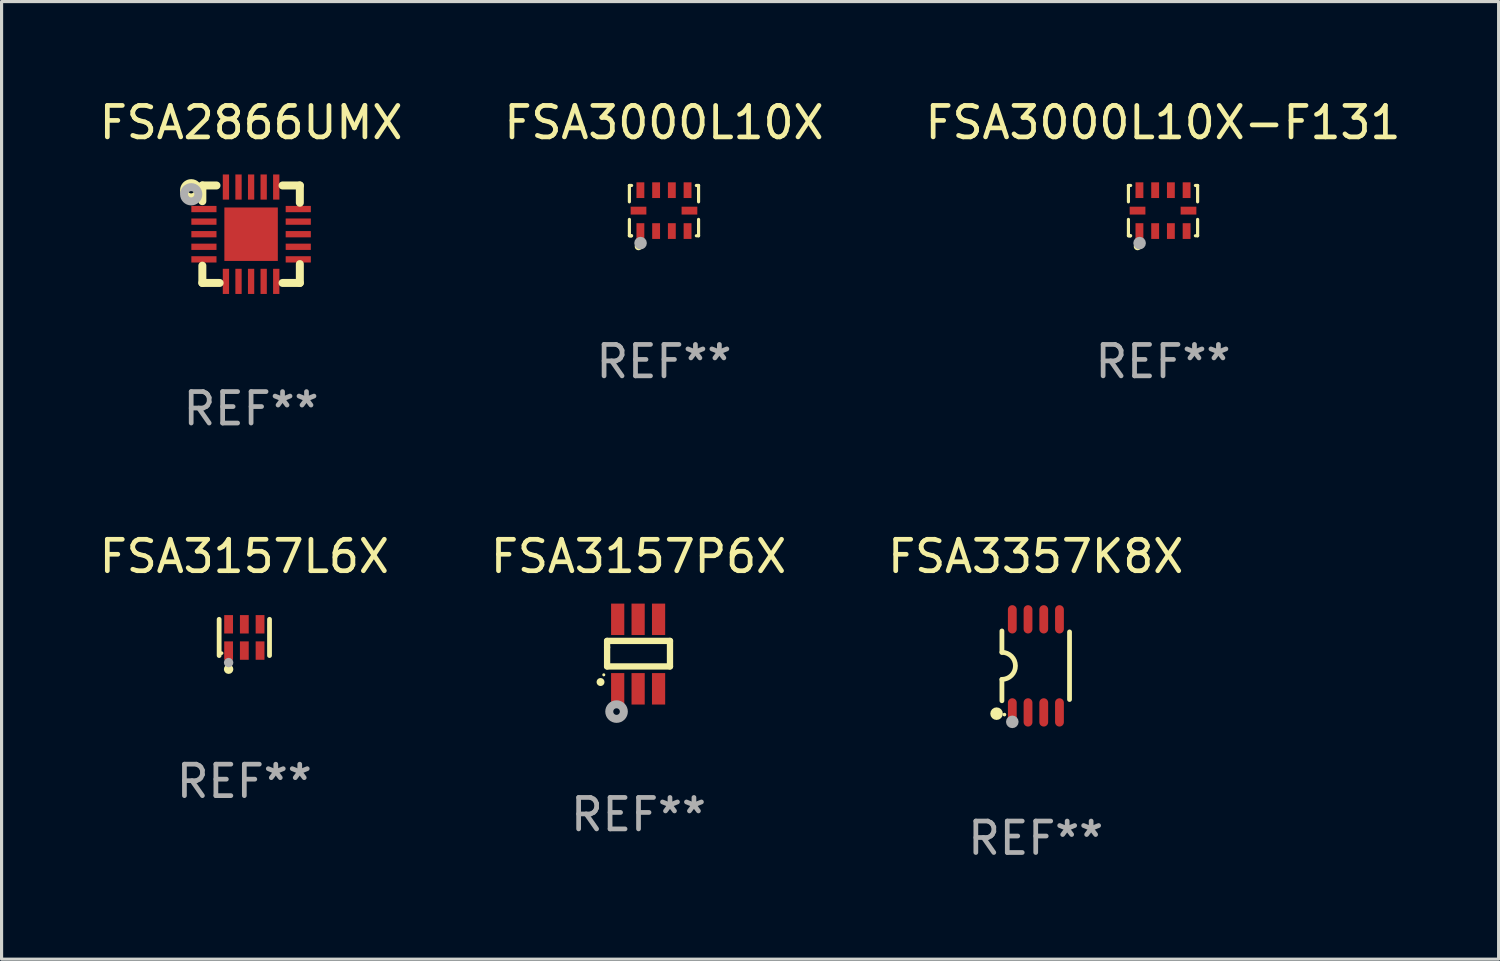
<source format=kicad_pcb>
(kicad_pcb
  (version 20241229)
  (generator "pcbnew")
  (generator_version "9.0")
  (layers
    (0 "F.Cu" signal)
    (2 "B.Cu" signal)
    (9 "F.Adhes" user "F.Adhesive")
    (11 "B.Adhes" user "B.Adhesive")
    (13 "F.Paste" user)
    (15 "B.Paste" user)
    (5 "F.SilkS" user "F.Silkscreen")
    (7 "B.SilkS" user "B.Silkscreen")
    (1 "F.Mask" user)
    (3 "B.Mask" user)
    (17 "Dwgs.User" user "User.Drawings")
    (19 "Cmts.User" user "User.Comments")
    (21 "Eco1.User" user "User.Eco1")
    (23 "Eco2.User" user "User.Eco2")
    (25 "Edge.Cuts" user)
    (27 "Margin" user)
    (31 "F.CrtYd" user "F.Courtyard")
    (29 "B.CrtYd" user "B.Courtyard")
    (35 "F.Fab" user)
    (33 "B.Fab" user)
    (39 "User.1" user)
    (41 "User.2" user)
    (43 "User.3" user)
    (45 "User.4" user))
  (footprint "FSA3157P6X"
    (layer "F.Cu")
    (at 17.256 17.75)
    (property "Reference" "FSA3157P6X" (at 0 -3.105 0) (layer "F.SilkS") (effects (font (size 1 1) (thickness 0.15))))
    (attr through_hole)
    (fp_line (start -1 -0.419) (end -1 -0.213) (stroke (width 0.2) (type solid)) (layer "F.SilkS"))
    (fp_line (start -1 -0.213) (end -1 0.393) (stroke (width 0.2) (type solid)) (layer "F.SilkS"))
    (fp_line (start -1 0.393) (end 1 0.393) (stroke (width 0.2) (type solid)) (layer "F.SilkS"))
    (fp_line (start 1 -0.419) (end -1 -0.419) (stroke (width 0.2) (type solid)) (layer "F.SilkS"))
    (fp_line (start 1 0.393) (end 1 -0.419) (stroke (width 0.2) (type solid)) (layer "F.SilkS"))
    (fp_arc (start -1.208509 0.890272) (mid -1.208515 0.889002) (end -1.208509 0.887732) (stroke (width 0.25) (type solid)) (layer "F.SilkS"))
    (fp_circle (center -1.105 0.66) (end -1.08 0.66) (stroke (width 0.05) (type solid)) (fill no) (layer "F.SilkS"))
    (fp_circle (center -0.699 1.829) (end -0.594 1.829) (stroke (width 0.254) (type solid)) (fill no) (layer "F.Fab"))
    (fp_text user "REF**" (at 0 5.105 0) (layer "F.Fab") (effects (font (size 1 1) (thickness 0.15))))
    (pad "1" smd rect (at -0.663 1.105) (size 0.42 1) (layers "F.Cu" "F.Mask" "F.Paste"))
    (pad "2" smd rect (at -0.013 1.105) (size 0.42 1) (layers "F.Cu" "F.Mask" "F.Paste"))
    (pad "3" smd rect (at 0.637 1.105) (size 0.42 1) (layers "F.Cu" "F.Mask" "F.Paste"))
    (pad "4" smd rect (at 0.637 -1.105 180) (size 0.42 1) (layers "F.Cu" "F.Mask" "F.Paste"))
    (pad "5" smd rect (at -0.013 -1.105 180) (size 0.42 1) (layers "F.Cu" "F.Mask" "F.Paste"))
    (pad "6" smd rect (at -0.663 -1.105 180) (size 0.42 1) (layers "F.Cu" "F.Mask" "F.Paste")))
  (footprint "FSA3000L10X"
    (layer "F.Cu")
    (at 18.065 3.648)
    (property "Reference" "FSA3000L10X" (at 0 -2.8 0) (layer "F.SilkS") (effects (font (size 1 1) (thickness 0.15))))
    (attr through_hole)
    (fp_line (start -1.1 -0.8) (end -1.1 -0.279) (stroke (width 0.1) (type solid)) (layer "F.SilkS"))
    (fp_line (start -1.1 0.279) (end -1.1 0.8) (stroke (width 0.1) (type solid)) (layer "F.SilkS"))
    (fp_line (start -1.1 0.8) (end -1.029 0.8) (stroke (width 0.1) (type solid)) (layer "F.SilkS"))
    (fp_line (start -1.029 -0.8) (end -1.1 -0.8) (stroke (width 0.1) (type solid)) (layer "F.SilkS"))
    (fp_line (start 1.029 0.8) (end 1.1 0.8) (stroke (width 0.1) (type solid)) (layer "F.SilkS"))
    (fp_line (start 1.1 -0.8) (end 1.029 -0.8) (stroke (width 0.1) (type solid)) (layer "F.SilkS"))
    (fp_line (start 1.1 -0.8) (end 1.1 -0.279) (stroke (width 0.1) (type solid)) (layer "F.SilkS"))
    (fp_line (start 1.1 0.279) (end 1.1 0.8) (stroke (width 0.1) (type solid)) (layer "F.SilkS"))
    (fp_circle (center -1.05 0.8) (end -1.02 0.8) (stroke (width 0.06) (type solid)) (fill no) (layer "F.SilkS"))
    (fp_circle (center -0.81 1.14) (end -0.739 1.14) (stroke (width 0.1) (type solid)) (fill no) (layer "F.SilkS"))
    (fp_circle (center -0.745 1.033) (end -0.645 1.033) (stroke (width 0.2) (type solid)) (fill no) (layer "F.Fab"))
    (fp_text user "REF**" (at 0 4.8 0) (layer "F.Fab") (effects (font (size 1 1) (thickness 0.15))))
    (pad "1" smd rect (at -0.75 0.65) (size 0.25 0.5) (layers "F.Cu" "F.Mask" "F.Paste"))
    (pad "2" smd rect (at -0.25 0.65) (size 0.25 0.5) (layers "F.Cu" "F.Mask" "F.Paste"))
    (pad "3" smd rect (at 0.25 0.65) (size 0.25 0.5) (layers "F.Cu" "F.Mask" "F.Paste"))
    (pad "4" smd rect (at 0.75 0.65) (size 0.25 0.5) (layers "F.Cu" "F.Mask" "F.Paste"))
    (pad "5" smd rect (at 0.81 0.000013 90) (size 0.25 0.5) (layers "F.Cu" "F.Mask" "F.Paste"))
    (pad "6" smd rect (at 0.75 -0.65) (size 0.25 0.5) (layers "F.Cu" "F.Mask" "F.Paste"))
    (pad "7" smd rect (at 0.25 -0.65) (size 0.25 0.5) (layers "F.Cu" "F.Mask" "F.Paste"))
    (pad "8" smd rect (at -0.25 -0.65) (size 0.25 0.5) (layers "F.Cu" "F.Mask" "F.Paste"))
    (pad "9" smd rect (at -0.75 -0.65) (size 0.25 0.5) (layers "F.Cu" "F.Mask" "F.Paste"))
    (pad "10" smd rect (at -0.81 0.000013 90) (size 0.25 0.5) (layers "F.Cu" "F.Mask" "F.Paste")))
  (footprint "FSA3157L6X"
    (layer "F.Cu")
    (at 4.72 17.221)
    (property "Reference" "FSA3157L6X" (at 0 -2.576 0) (layer "F.SilkS") (effects (font (size 1 1) (thickness 0.15))))
    (attr through_hole)
    (fp_line (start -0.801 0.576) (end -0.801 -0.576) (stroke (width 0.152) (type solid)) (layer "F.SilkS"))
    (fp_line (start 0.801 0.576) (end 0.801 -0.576) (stroke (width 0.152) (type solid)) (layer "F.SilkS"))
    (fp_circle (center -0.725 0.5) (end -0.695 0.5) (stroke (width 0.06) (type solid)) (fill no) (layer "F.SilkS"))
    (fp_circle (center -0.5 1.01) (end -0.425 1.01) (stroke (width 0.15) (type solid)) (fill no) (layer "F.SilkS"))
    (fp_circle (center -0.5 0.8) (end -0.425 0.8) (stroke (width 0.15) (type solid)) (fill no) (layer "F.Fab"))
    (fp_text user "REF**" (at 0 4.576 0) (layer "F.Fab") (effects (font (size 1 1) (thickness 0.15))))
    (pad "1" smd rect (at -0.5 0.418) (size 0.28 0.585) (layers "F.Cu" "F.Mask" "F.Paste"))
    (pad "2" smd rect (at 0 0.418) (size 0.28 0.585) (layers "F.Cu" "F.Mask" "F.Paste"))
    (pad "3" smd rect (at 0.5 0.418) (size 0.28 0.585) (layers "F.Cu" "F.Mask" "F.Paste"))
    (pad "4" smd rect (at 0.5 -0.418) (size 0.28 0.585) (layers "F.Cu" "F.Mask" "F.Paste"))
    (pad "5" smd rect (at 0 -0.418) (size 0.28 0.585) (layers "F.Cu" "F.Mask" "F.Paste"))
    (pad "6" smd rect (at -0.5 -0.418) (size 0.28 0.585) (layers "F.Cu" "F.Mask" "F.Paste")))
  (footprint "FSA3357K8X"
    (layer "F.Cu")
    (at 29.887 18.125)
    (property "Reference" "FSA3357K8X" (at 0 -3.48 0) (layer "F.SilkS") (effects (font (size 1 1) (thickness 0.15))))
    (attr through_hole)
    (fp_line (start -1.075 -1.11) (end -1.075 -0.43) (stroke (width 0.152) (type solid)) (layer "F.SilkS"))
    (fp_line (start -1.075 1.11) (end -1.075 0.43) (stroke (width 0.152) (type solid)) (layer "F.SilkS"))
    (fp_line (start 1.075 -1.08) (end 1.075 1.07) (stroke (width 0.152) (type solid)) (layer "F.SilkS"))
    (fp_arc (start -1.075272 -0.430531) (mid -0.645021 -0.000431) (end -1.074994 0.429947) (stroke (width 0.151994) (type solid)) (layer "F.SilkS"))
    (fp_circle (center -1.245 1.52) (end -1.145 1.52) (stroke (width 0.2) (type solid)) (fill no) (layer "F.SilkS"))
    (fp_circle (center -0.995 1.55) (end -0.965 1.55) (stroke (width 0.06) (type solid)) (fill no) (layer "F.SilkS"))
    (fp_circle (center -0.745 1.78) (end -0.645 1.78) (stroke (width 0.2) (type solid)) (fill no) (layer "F.Fab"))
    (fp_text user "REF**" (at 0 5.48 0) (layer "F.Fab") (effects (font (size 1 1) (thickness 0.15))))
    (pad "1" smd oval (at -0.745 1.48) (size 0.28 0.9) (layers "F.Cu" "F.Mask" "F.Paste"))
    (pad "2" smd oval (at -0.245 1.48) (size 0.28 0.9) (layers "F.Cu" "F.Mask" "F.Paste"))
    (pad "3" smd oval (at 0.255 1.48) (size 0.28 0.9) (layers "F.Cu" "F.Mask" "F.Paste"))
    (pad "4" smd oval (at 0.755 1.48) (size 0.28 0.9) (layers "F.Cu" "F.Mask" "F.Paste"))
    (pad "5" smd oval (at 0.755 -1.48) (size 0.28 0.9) (layers "F.Cu" "F.Mask" "F.Paste"))
    (pad "6" smd oval (at 0.255 -1.48) (size 0.28 0.9) (layers "F.Cu" "F.Mask" "F.Paste"))
    (pad "7" smd oval (at -0.245 -1.48) (size 0.28 0.9) (layers "F.Cu" "F.Mask" "F.Paste"))
    (pad "8" smd oval (at -0.745 -1.48) (size 0.28 0.9) (layers "F.Cu" "F.Mask" "F.Paste")))
  (footprint "FSA2866UMX"
    (layer "F.Cu")
    (at 4.935 4.398)
    (property "Reference" "FSA2866UMX" (at 0 -3.55 0) (layer "F.SilkS") (effects (font (size 1 1) (thickness 0.15))))
    (attr through_hole)
    (fp_line (start -1.55 -1.55) (end -1.55 -1.05) (stroke (width 0.254) (type solid)) (layer "F.SilkS"))
    (fp_line (start -1.55 1.55) (end -1.55 1) (stroke (width 0.254) (type solid)) (layer "F.SilkS"))
    (fp_line (start -1.1 -1.55) (end -1.55 -1.55) (stroke (width 0.254) (type solid)) (layer "F.SilkS"))
    (fp_line (start -1 1.55) (end -1.55 1.55) (stroke (width 0.254) (type solid)) (layer "F.SilkS"))
    (fp_line (start 1 -1.55) (end 1.55 -1.55) (stroke (width 0.254) (type solid)) (layer "F.SilkS"))
    (fp_line (start 1.55 -1.55) (end 1.55 -1) (stroke (width 0.254) (type solid)) (layer "F.SilkS"))
    (fp_line (start 1.55 0.95) (end 1.55 1.55) (stroke (width 0.254) (type solid)) (layer "F.SilkS"))
    (fp_line (start 1.55 1.55) (end 1 1.55) (stroke (width 0.254) (type solid)) (layer "F.SilkS"))
    (fp_circle (center -1.905 -1.397) (end -1.805 -1.397) (stroke (width 0.254) (type solid)) (fill no) (layer "F.SilkS"))
    (fp_circle (center -1.5 -1.5) (end -1.45 -1.5) (stroke (width 0.1) (type solid)) (fill no) (layer "F.SilkS"))
    (fp_circle (center -1.905 -1.27) (end -1.805 -1.27) (stroke (width 0.254) (type solid)) (fill no) (layer "F.Fab"))
    (fp_text user "REF**" (at 0 5.55 0) (layer "F.Fab") (effects (font (size 1 1) (thickness 0.15))))
    (pad "1" smd rect (at -1.5 -0.8 90) (size 0.2 0.8) (layers "F.Cu" "F.Mask" "F.Paste"))
    (pad "2" smd rect (at -1.5 -0.4 90) (size 0.2 0.8) (layers "F.Cu" "F.Mask" "F.Paste"))
    (pad "3" smd rect (at -1.5 0 90) (size 0.2 0.8) (layers "F.Cu" "F.Mask" "F.Paste"))
    (pad "4" smd rect (at -1.5 0.4 90) (size 0.2 0.8) (layers "F.Cu" "F.Mask" "F.Paste"))
    (pad "5" smd rect (at -1.5 0.8 90) (size 0.2 0.8) (layers "F.Cu" "F.Mask" "F.Paste"))
    (pad "6" smd rect (at -0.8 1.5) (size 0.2 0.8) (layers "F.Cu" "F.Mask" "F.Paste"))
    (pad "7" smd rect (at -0.4 1.5) (size 0.2 0.8) (layers "F.Cu" "F.Mask" "F.Paste"))
    (pad "8" smd rect (at 0 1.5) (size 0.2 0.8) (layers "F.Cu" "F.Mask" "F.Paste"))
    (pad "9" smd rect (at 0.4 1.5) (size 0.2 0.8) (layers "F.Cu" "F.Mask" "F.Paste"))
    (pad "10" smd rect (at 0.8 1.5) (size 0.2 0.8) (layers "F.Cu" "F.Mask" "F.Paste"))
    (pad "11" smd rect (at 1.5 0.8 90) (size 0.2 0.8) (layers "F.Cu" "F.Mask" "F.Paste"))
    (pad "12" smd rect (at 1.5 0.4 90) (size 0.2 0.8) (layers "F.Cu" "F.Mask" "F.Paste"))
    (pad "13" smd rect (at 1.5 0 90) (size 0.2 0.8) (layers "F.Cu" "F.Mask" "F.Paste"))
    (pad "14" smd rect (at 1.5 -0.4 90) (size 0.2 0.8) (layers "F.Cu" "F.Mask" "F.Paste"))
    (pad "15" smd rect (at 1.5 -0.8 90) (size 0.2 0.8) (layers "F.Cu" "F.Mask" "F.Paste"))
    (pad "16" smd rect (at 0.8 -1.5 180) (size 0.2 0.8) (layers "F.Cu" "F.Mask" "F.Paste"))
    (pad "17" smd rect (at 0.4 -1.5 180) (size 0.2 0.8) (layers "F.Cu" "F.Mask" "F.Paste"))
    (pad "18" smd rect (at 0.000254 -1.5 180) (size 0.2 0.8) (layers "F.Cu" "F.Mask" "F.Paste"))
    (pad "19" smd rect (at -0.4 -1.5 180) (size 0.2 0.8) (layers "F.Cu" "F.Mask" "F.Paste"))
    (pad "20" smd rect (at -0.8 -1.5 180) (size 0.2 0.8) (layers "F.Cu" "F.Mask" "F.Paste"))
    (pad "21" smd rect (at 0 0 180) (size 1.7 1.7) (layers "F.Cu" "F.Mask" "F.Paste")))
  (footprint "FSA3000L10X-F131"
    (layer "F.Cu")
    (at 33.935 3.648)
    (property "Reference" "FSA3000L10X-F131" (at 0 -2.8 0) (layer "F.SilkS") (effects (font (size 1 1) (thickness 0.15))))
    (attr through_hole)
    (fp_line (start -1.1 -0.8) (end -1.1 -0.279) (stroke (width 0.1) (type solid)) (layer "F.SilkS"))
    (fp_line (start -1.1 0.279) (end -1.1 0.8) (stroke (width 0.1) (type solid)) (layer "F.SilkS"))
    (fp_line (start -1.1 0.8) (end -1.029 0.8) (stroke (width 0.1) (type solid)) (layer "F.SilkS"))
    (fp_line (start -1.029 -0.8) (end -1.1 -0.8) (stroke (width 0.1) (type solid)) (layer "F.SilkS"))
    (fp_line (start 1.029 0.8) (end 1.1 0.8) (stroke (width 0.1) (type solid)) (layer "F.SilkS"))
    (fp_line (start 1.1 -0.8) (end 1.029 -0.8) (stroke (width 0.1) (type solid)) (layer "F.SilkS"))
    (fp_line (start 1.1 -0.8) (end 1.1 -0.279) (stroke (width 0.1) (type solid)) (layer "F.SilkS"))
    (fp_line (start 1.1 0.279) (end 1.1 0.8) (stroke (width 0.1) (type solid)) (layer "F.SilkS"))
    (fp_circle (center -1.05 0.8) (end -1.02 0.8) (stroke (width 0.06) (type solid)) (fill no) (layer "F.SilkS"))
    (fp_circle (center -0.81 1.14) (end -0.739 1.14) (stroke (width 0.1) (type solid)) (fill no) (layer "F.SilkS"))
    (fp_circle (center -0.745 1.033) (end -0.645 1.033) (stroke (width 0.2) (type solid)) (fill no) (layer "F.Fab"))
    (fp_text user "REF**" (at 0 4.8 0) (layer "F.Fab") (effects (font (size 1 1) (thickness 0.15))))
    (pad "1" smd rect (at -0.75 0.65) (size 0.25 0.5) (layers "F.Cu" "F.Mask" "F.Paste"))
    (pad "2" smd rect (at -0.25 0.65) (size 0.25 0.5) (layers "F.Cu" "F.Mask" "F.Paste"))
    (pad "3" smd rect (at 0.25 0.65) (size 0.25 0.5) (layers "F.Cu" "F.Mask" "F.Paste"))
    (pad "4" smd rect (at 0.75 0.65) (size 0.25 0.5) (layers "F.Cu" "F.Mask" "F.Paste"))
    (pad "5" smd rect (at 0.81 0.000013 90) (size 0.25 0.5) (layers "F.Cu" "F.Mask" "F.Paste"))
    (pad "6" smd rect (at 0.75 -0.65) (size 0.25 0.5) (layers "F.Cu" "F.Mask" "F.Paste"))
    (pad "7" smd rect (at 0.25 -0.65) (size 0.25 0.5) (layers "F.Cu" "F.Mask" "F.Paste"))
    (pad "8" smd rect (at -0.25 -0.65) (size 0.25 0.5) (layers "F.Cu" "F.Mask" "F.Paste"))
    (pad "9" smd rect (at -0.75 -0.65) (size 0.25 0.5) (layers "F.Cu" "F.Mask" "F.Paste"))
    (pad "10" smd rect (at -0.81 0.000013 90) (size 0.25 0.5) (layers "F.Cu" "F.Mask" "F.Paste")))
  (gr_rect
    (start -3 -3)
    (end 44.607 27.453)
    (stroke (width 0.1) (type default))
    (fill no)
    (layer "Edge.Cuts")))
</source>
